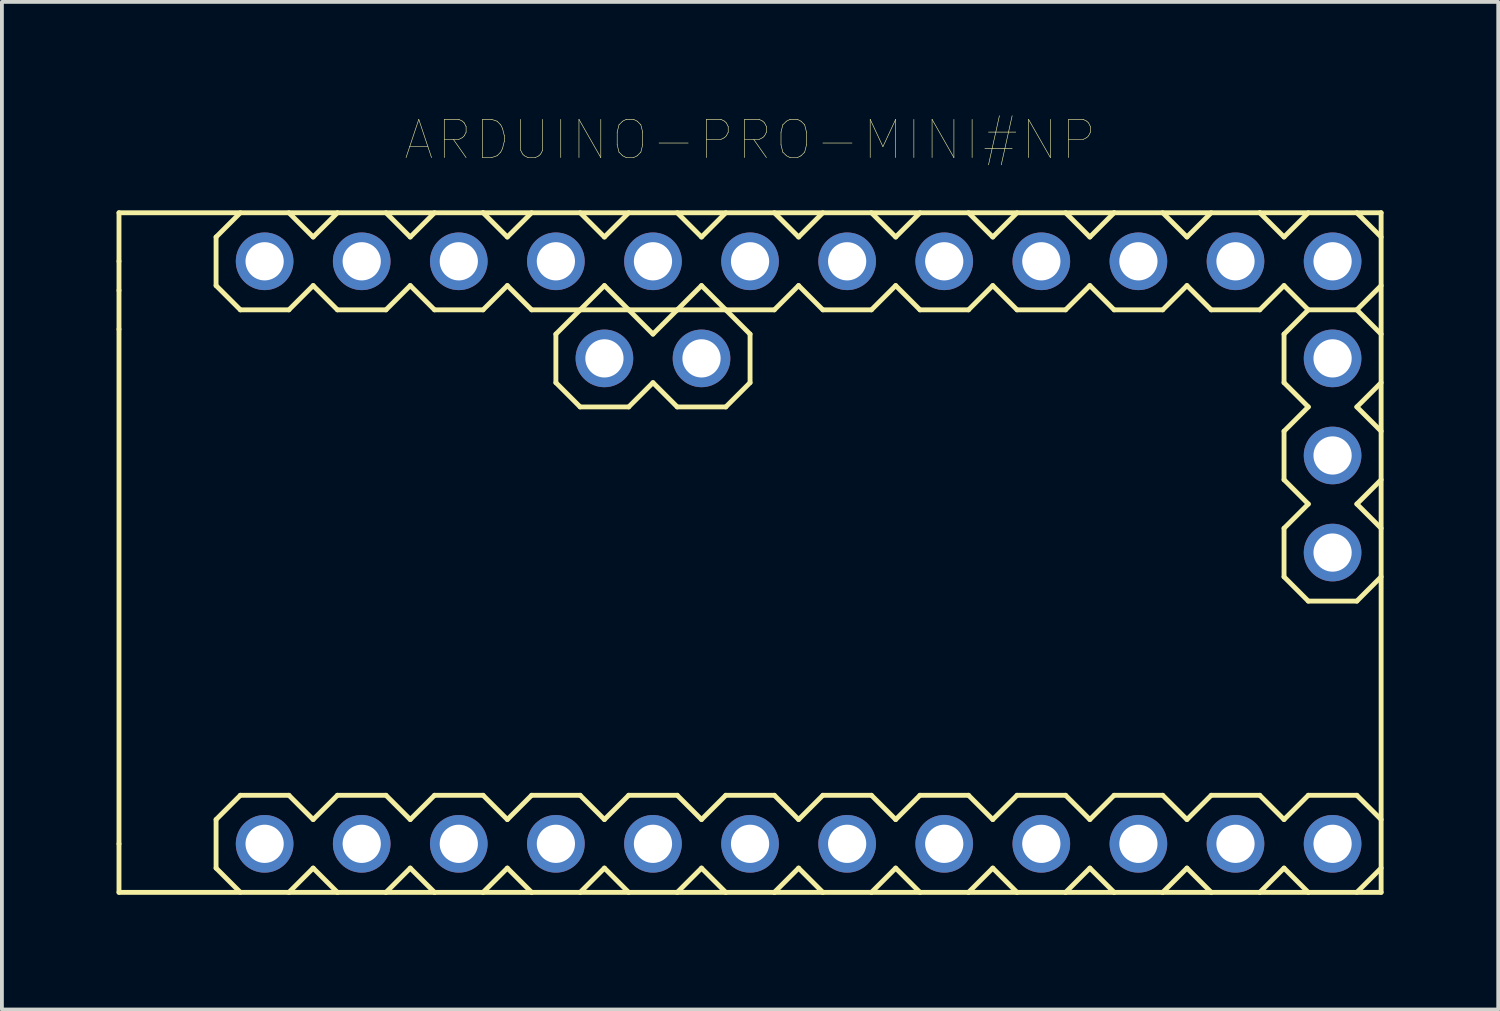
<source format=kicad_pcb>
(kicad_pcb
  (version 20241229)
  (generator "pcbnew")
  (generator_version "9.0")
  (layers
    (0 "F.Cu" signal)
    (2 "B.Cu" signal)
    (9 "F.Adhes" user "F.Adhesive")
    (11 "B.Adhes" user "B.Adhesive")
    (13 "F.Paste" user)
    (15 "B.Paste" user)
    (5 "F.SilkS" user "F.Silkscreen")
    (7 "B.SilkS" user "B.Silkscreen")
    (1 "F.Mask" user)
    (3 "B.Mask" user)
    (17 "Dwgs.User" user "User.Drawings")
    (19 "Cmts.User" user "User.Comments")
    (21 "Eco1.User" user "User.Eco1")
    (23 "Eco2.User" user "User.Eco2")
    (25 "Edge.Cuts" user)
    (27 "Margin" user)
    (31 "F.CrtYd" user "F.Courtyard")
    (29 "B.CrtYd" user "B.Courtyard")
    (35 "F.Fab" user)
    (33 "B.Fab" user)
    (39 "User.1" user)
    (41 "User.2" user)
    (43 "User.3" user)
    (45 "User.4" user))
  (footprint "ARDUINO-PRO-MINI#NP"
    (layer "F.Cu")
    (at 16.573 11.406)
    (property "Reference" "ARDUINO-PRO-MINI#NP" (at 0 -10.795 0) (layer "F.SilkS") (effects (font (size 1 1) (thickness 0.015))))
    (attr through_hole)
    (fp_line (start -16.51 -8.89) (end -16.51 -7.62) (stroke (width 0.127) (type solid)) (layer "F.SilkS"))
    (fp_line (start -16.51 -7.62) (end -16.51 -6.858) (stroke (width 0.127) (type solid)) (layer "F.SilkS"))
    (fp_line (start -16.51 -6.858) (end -16.51 -5.842) (stroke (width 0.127) (type solid)) (layer "F.SilkS"))
    (fp_line (start -16.51 -5.842) (end -16.51 7.62) (stroke (width 0.127) (type solid)) (layer "F.SilkS"))
    (fp_line (start -16.51 7.62) (end -16.51 8.89) (stroke (width 0.127) (type solid)) (layer "F.SilkS"))
    (fp_line (start -16.51 8.89) (end -12.065 8.89) (stroke (width 0.127) (type solid)) (layer "F.SilkS"))
    (fp_line (start -13.97 -8.255) (end -13.97 -6.985) (stroke (width 0.127) (type solid)) (layer "F.SilkS"))
    (fp_line (start -13.97 -6.985) (end -13.335 -6.35) (stroke (width 0.127) (type solid)) (layer "F.SilkS"))
    (fp_line (start -13.97 6.985) (end -13.97 8.255) (stroke (width 0.127) (type solid)) (layer "F.SilkS"))
    (fp_line (start -13.335 -8.89) (end -13.97 -8.255) (stroke (width 0.127) (type solid)) (layer "F.SilkS"))
    (fp_line (start -13.335 -6.35) (end -12.065 -6.35) (stroke (width 0.127) (type solid)) (layer "F.SilkS"))
    (fp_line (start -13.335 6.35) (end -13.97 6.985) (stroke (width 0.127) (type solid)) (layer "F.SilkS"))
    (fp_line (start -13.335 6.35) (end -12.065 6.35) (stroke (width 0.127) (type solid)) (layer "F.SilkS"))
    (fp_line (start -13.335 8.89) (end -13.97 8.255) (stroke (width 0.127) (type solid)) (layer "F.SilkS"))
    (fp_line (start -12.065 -6.35) (end -11.43 -6.985) (stroke (width 0.127) (type solid)) (layer "F.SilkS"))
    (fp_line (start -12.065 6.35) (end -11.43 6.985) (stroke (width 0.127) (type solid)) (layer "F.SilkS"))
    (fp_line (start -12.065 8.89) (end -11.43 8.255) (stroke (width 0.127) (type solid)) (layer "F.SilkS"))
    (fp_line (start -12.065 8.89) (end -10.795 8.89) (stroke (width 0.127) (type solid)) (layer "F.SilkS"))
    (fp_line (start -11.43 -8.255) (end -12.065 -8.89) (stroke (width 0.127) (type solid)) (layer "F.SilkS"))
    (fp_line (start -11.43 -6.985) (end -10.795 -6.35) (stroke (width 0.127) (type solid)) (layer "F.SilkS"))
    (fp_line (start -11.43 6.985) (end -10.795 6.35) (stroke (width 0.127) (type solid)) (layer "F.SilkS"))
    (fp_line (start -11.43 8.255) (end -10.795 8.89) (stroke (width 0.127) (type solid)) (layer "F.SilkS"))
    (fp_line (start -10.795 -8.89) (end -11.43 -8.255) (stroke (width 0.127) (type solid)) (layer "F.SilkS"))
    (fp_line (start -10.795 -6.35) (end -9.525 -6.35) (stroke (width 0.127) (type solid)) (layer "F.SilkS"))
    (fp_line (start -10.795 6.35) (end -9.525 6.35) (stroke (width 0.127) (type solid)) (layer "F.SilkS"))
    (fp_line (start -10.795 8.89) (end -9.525 8.89) (stroke (width 0.127) (type solid)) (layer "F.SilkS"))
    (fp_line (start -9.525 -6.35) (end -8.89 -6.985) (stroke (width 0.127) (type solid)) (layer "F.SilkS"))
    (fp_line (start -9.525 6.35) (end -8.89 6.985) (stroke (width 0.127) (type solid)) (layer "F.SilkS"))
    (fp_line (start -9.525 8.89) (end -8.89 8.255) (stroke (width 0.127) (type solid)) (layer "F.SilkS"))
    (fp_line (start -9.525 8.89) (end -8.255 8.89) (stroke (width 0.127) (type solid)) (layer "F.SilkS"))
    (fp_line (start -8.89 -8.255) (end -9.525 -8.89) (stroke (width 0.127) (type solid)) (layer "F.SilkS"))
    (fp_line (start -8.89 -6.985) (end -8.255 -6.35) (stroke (width 0.127) (type solid)) (layer "F.SilkS"))
    (fp_line (start -8.89 6.985) (end -8.255 6.35) (stroke (width 0.127) (type solid)) (layer "F.SilkS"))
    (fp_line (start -8.89 8.255) (end -8.255 8.89) (stroke (width 0.127) (type solid)) (layer "F.SilkS"))
    (fp_line (start -8.255 -8.89) (end -8.89 -8.255) (stroke (width 0.127) (type solid)) (layer "F.SilkS"))
    (fp_line (start -8.255 -6.35) (end -6.985 -6.35) (stroke (width 0.127) (type solid)) (layer "F.SilkS"))
    (fp_line (start -8.255 6.35) (end -6.985 6.35) (stroke (width 0.127) (type solid)) (layer "F.SilkS"))
    (fp_line (start -8.255 8.89) (end -6.985 8.89) (stroke (width 0.127) (type solid)) (layer "F.SilkS"))
    (fp_line (start -6.985 -8.89) (end -16.51 -8.89) (stroke (width 0.127) (type solid)) (layer "F.SilkS"))
    (fp_line (start -6.985 -6.35) (end -6.35 -6.985) (stroke (width 0.127) (type solid)) (layer "F.SilkS"))
    (fp_line (start -6.985 6.35) (end -6.35 6.985) (stroke (width 0.127) (type solid)) (layer "F.SilkS"))
    (fp_line (start -6.985 8.89) (end -6.35 8.255) (stroke (width 0.127) (type solid)) (layer "F.SilkS"))
    (fp_line (start -6.985 8.89) (end -5.715 8.89) (stroke (width 0.127) (type solid)) (layer "F.SilkS"))
    (fp_line (start -6.35 -8.255) (end -6.985 -8.89) (stroke (width 0.127) (type solid)) (layer "F.SilkS"))
    (fp_line (start -6.35 -6.985) (end -5.715 -6.35) (stroke (width 0.127) (type solid)) (layer "F.SilkS"))
    (fp_line (start -6.35 6.985) (end -5.715 6.35) (stroke (width 0.127) (type solid)) (layer "F.SilkS"))
    (fp_line (start -6.35 8.255) (end -5.715 8.89) (stroke (width 0.127) (type solid)) (layer "F.SilkS"))
    (fp_line (start -5.715 -8.89) (end -6.35 -8.255) (stroke (width 0.127) (type solid)) (layer "F.SilkS"))
    (fp_line (start -5.715 -6.35) (end -4.445 -6.35) (stroke (width 0.127) (type solid)) (layer "F.SilkS"))
    (fp_line (start -5.715 6.35) (end -4.445 6.35) (stroke (width 0.127) (type solid)) (layer "F.SilkS"))
    (fp_line (start -5.715 8.89) (end -4.445 8.89) (stroke (width 0.127) (type solid)) (layer "F.SilkS"))
    (fp_line (start -5.08 -5.715) (end -4.445 -6.35) (stroke (width 0.127) (type solid)) (layer "F.SilkS"))
    (fp_line (start -5.08 -4.445) (end -5.08 -5.715) (stroke (width 0.127) (type solid)) (layer "F.SilkS"))
    (fp_line (start -4.445 -6.35) (end -3.81 -6.985) (stroke (width 0.127) (type solid)) (layer "F.SilkS"))
    (fp_line (start -4.445 -6.35) (end -3.175 -6.35) (stroke (width 0.127) (type solid)) (layer "F.SilkS"))
    (fp_line (start -4.445 -3.81) (end -5.08 -4.445) (stroke (width 0.127) (type solid)) (layer "F.SilkS"))
    (fp_line (start -4.445 6.35) (end -3.81 6.985) (stroke (width 0.127) (type solid)) (layer "F.SilkS"))
    (fp_line (start -4.445 8.89) (end -3.81 8.255) (stroke (width 0.127) (type solid)) (layer "F.SilkS"))
    (fp_line (start -4.445 8.89) (end -3.175 8.89) (stroke (width 0.127) (type solid)) (layer "F.SilkS"))
    (fp_line (start -3.81 -8.255) (end -4.445 -8.89) (stroke (width 0.127) (type solid)) (layer "F.SilkS"))
    (fp_line (start -3.81 -6.985) (end -3.175 -6.35) (stroke (width 0.127) (type solid)) (layer "F.SilkS"))
    (fp_line (start -3.81 6.985) (end -3.175 6.35) (stroke (width 0.127) (type solid)) (layer "F.SilkS"))
    (fp_line (start -3.81 8.255) (end -3.175 8.89) (stroke (width 0.127) (type solid)) (layer "F.SilkS"))
    (fp_line (start -3.175 -8.89) (end -3.81 -8.255) (stroke (width 0.127) (type solid)) (layer "F.SilkS"))
    (fp_line (start -3.175 -6.35) (end -2.54 -5.715) (stroke (width 0.127) (type solid)) (layer "F.SilkS"))
    (fp_line (start -3.175 -6.35) (end -1.905 -6.35) (stroke (width 0.127) (type solid)) (layer "F.SilkS"))
    (fp_line (start -3.175 -3.81) (end -4.445 -3.81) (stroke (width 0.127) (type solid)) (layer "F.SilkS"))
    (fp_line (start -3.175 6.35) (end -1.905 6.35) (stroke (width 0.127) (type solid)) (layer "F.SilkS"))
    (fp_line (start -3.175 8.89) (end -1.905 8.89) (stroke (width 0.127) (type solid)) (layer "F.SilkS"))
    (fp_line (start -2.54 -5.715) (end -1.905 -6.35) (stroke (width 0.127) (type solid)) (layer "F.SilkS"))
    (fp_line (start -2.54 -4.445) (end -3.175 -3.81) (stroke (width 0.127) (type solid)) (layer "F.SilkS"))
    (fp_line (start -1.905 -6.35) (end -1.27 -6.985) (stroke (width 0.127) (type solid)) (layer "F.SilkS"))
    (fp_line (start -1.905 -6.35) (end -0.635 -6.35) (stroke (width 0.127) (type solid)) (layer "F.SilkS"))
    (fp_line (start -1.905 -3.81) (end -2.54 -4.445) (stroke (width 0.127) (type solid)) (layer "F.SilkS"))
    (fp_line (start -1.905 6.35) (end -1.27 6.985) (stroke (width 0.127) (type solid)) (layer "F.SilkS"))
    (fp_line (start -1.905 8.89) (end -1.27 8.255) (stroke (width 0.127) (type solid)) (layer "F.SilkS"))
    (fp_line (start -1.905 8.89) (end -0.635 8.89) (stroke (width 0.127) (type solid)) (layer "F.SilkS"))
    (fp_line (start -1.27 -8.255) (end -1.905 -8.89) (stroke (width 0.127) (type solid)) (layer "F.SilkS"))
    (fp_line (start -1.27 -6.985) (end -0.635 -6.35) (stroke (width 0.127) (type solid)) (layer "F.SilkS"))
    (fp_line (start -1.27 6.985) (end -0.635 6.35) (stroke (width 0.127) (type solid)) (layer "F.SilkS"))
    (fp_line (start -1.27 8.255) (end -0.635 8.89) (stroke (width 0.127) (type solid)) (layer "F.SilkS"))
    (fp_line (start -0.635 -8.89) (end -1.27 -8.255) (stroke (width 0.127) (type solid)) (layer "F.SilkS"))
    (fp_line (start -0.635 -6.35) (end 0 -5.715) (stroke (width 0.127) (type solid)) (layer "F.SilkS"))
    (fp_line (start -0.635 -6.35) (end 0.635 -6.35) (stroke (width 0.127) (type solid)) (layer "F.SilkS"))
    (fp_line (start -0.635 -3.81) (end -1.905 -3.81) (stroke (width 0.127) (type solid)) (layer "F.SilkS"))
    (fp_line (start -0.635 6.35) (end 0.635 6.35) (stroke (width 0.127) (type solid)) (layer "F.SilkS"))
    (fp_line (start -0.635 8.89) (end 0.635 8.89) (stroke (width 0.127) (type solid)) (layer "F.SilkS"))
    (fp_line (start 0 -5.715) (end 0 -4.445) (stroke (width 0.127) (type solid)) (layer "F.SilkS"))
    (fp_line (start 0 -4.445) (end -0.635 -3.81) (stroke (width 0.127) (type solid)) (layer "F.SilkS"))
    (fp_line (start 0.635 -6.35) (end 1.27 -6.985) (stroke (width 0.127) (type solid)) (layer "F.SilkS"))
    (fp_line (start 0.635 6.35) (end 1.27 6.985) (stroke (width 0.127) (type solid)) (layer "F.SilkS"))
    (fp_line (start 0.635 8.89) (end 1.27 8.255) (stroke (width 0.127) (type solid)) (layer "F.SilkS"))
    (fp_line (start 0.635 8.89) (end 1.905 8.89) (stroke (width 0.127) (type solid)) (layer "F.SilkS"))
    (fp_line (start 1.27 -8.255) (end 0.635 -8.89) (stroke (width 0.127) (type solid)) (layer "F.SilkS"))
    (fp_line (start 1.27 -6.985) (end 1.905 -6.35) (stroke (width 0.127) (type solid)) (layer "F.SilkS"))
    (fp_line (start 1.27 6.985) (end 1.905 6.35) (stroke (width 0.127) (type solid)) (layer "F.SilkS"))
    (fp_line (start 1.27 8.255) (end 1.905 8.89) (stroke (width 0.127) (type solid)) (layer "F.SilkS"))
    (fp_line (start 1.905 -8.89) (end 1.27 -8.255) (stroke (width 0.127) (type solid)) (layer "F.SilkS"))
    (fp_line (start 1.905 -6.35) (end 3.175 -6.35) (stroke (width 0.127) (type solid)) (layer "F.SilkS"))
    (fp_line (start 1.905 6.35) (end 3.175 6.35) (stroke (width 0.127) (type solid)) (layer "F.SilkS"))
    (fp_line (start 1.905 8.89) (end 3.175 8.89) (stroke (width 0.127) (type solid)) (layer "F.SilkS"))
    (fp_line (start 3.175 -6.35) (end 3.81 -6.985) (stroke (width 0.127) (type solid)) (layer "F.SilkS"))
    (fp_line (start 3.175 6.35) (end 3.81 6.985) (stroke (width 0.127) (type solid)) (layer "F.SilkS"))
    (fp_line (start 3.175 8.89) (end 3.81 8.255) (stroke (width 0.127) (type solid)) (layer "F.SilkS"))
    (fp_line (start 3.175 8.89) (end 4.445 8.89) (stroke (width 0.127) (type solid)) (layer "F.SilkS"))
    (fp_line (start 3.81 -8.255) (end 3.175 -8.89) (stroke (width 0.127) (type solid)) (layer "F.SilkS"))
    (fp_line (start 3.81 -6.985) (end 4.445 -6.35) (stroke (width 0.127) (type solid)) (layer "F.SilkS"))
    (fp_line (start 3.81 6.985) (end 4.445 6.35) (stroke (width 0.127) (type solid)) (layer "F.SilkS"))
    (fp_line (start 3.81 8.255) (end 4.445 8.89) (stroke (width 0.127) (type solid)) (layer "F.SilkS"))
    (fp_line (start 4.445 -8.89) (end 3.81 -8.255) (stroke (width 0.127) (type solid)) (layer "F.SilkS"))
    (fp_line (start 4.445 -6.35) (end 5.715 -6.35) (stroke (width 0.127) (type solid)) (layer "F.SilkS"))
    (fp_line (start 4.445 6.35) (end 5.715 6.35) (stroke (width 0.127) (type solid)) (layer "F.SilkS"))
    (fp_line (start 4.445 8.89) (end 5.715 8.89) (stroke (width 0.127) (type solid)) (layer "F.SilkS"))
    (fp_line (start 5.715 -6.35) (end 6.35 -6.985) (stroke (width 0.127) (type solid)) (layer "F.SilkS"))
    (fp_line (start 5.715 6.35) (end 6.35 6.985) (stroke (width 0.127) (type solid)) (layer "F.SilkS"))
    (fp_line (start 5.715 8.89) (end 6.35 8.255) (stroke (width 0.127) (type solid)) (layer "F.SilkS"))
    (fp_line (start 5.715 8.89) (end 6.985 8.89) (stroke (width 0.127) (type solid)) (layer "F.SilkS"))
    (fp_line (start 6.35 -8.255) (end 5.715 -8.89) (stroke (width 0.127) (type solid)) (layer "F.SilkS"))
    (fp_line (start 6.35 -6.985) (end 6.985 -6.35) (stroke (width 0.127) (type solid)) (layer "F.SilkS"))
    (fp_line (start 6.35 6.985) (end 6.985 6.35) (stroke (width 0.127) (type solid)) (layer "F.SilkS"))
    (fp_line (start 6.35 8.255) (end 6.985 8.89) (stroke (width 0.127) (type solid)) (layer "F.SilkS"))
    (fp_line (start 6.985 -8.89) (end 6.35 -8.255) (stroke (width 0.127) (type solid)) (layer "F.SilkS"))
    (fp_line (start 6.985 -6.35) (end 8.255 -6.35) (stroke (width 0.127) (type solid)) (layer "F.SilkS"))
    (fp_line (start 6.985 6.35) (end 8.255 6.35) (stroke (width 0.127) (type solid)) (layer "F.SilkS"))
    (fp_line (start 6.985 8.89) (end 8.255 8.89) (stroke (width 0.127) (type solid)) (layer "F.SilkS"))
    (fp_line (start 8.255 -6.35) (end 8.89 -6.985) (stroke (width 0.127) (type solid)) (layer "F.SilkS"))
    (fp_line (start 8.255 6.35) (end 8.89 6.985) (stroke (width 0.127) (type solid)) (layer "F.SilkS"))
    (fp_line (start 8.255 8.89) (end 8.89 8.255) (stroke (width 0.127) (type solid)) (layer "F.SilkS"))
    (fp_line (start 8.255 8.89) (end 9.525 8.89) (stroke (width 0.127) (type solid)) (layer "F.SilkS"))
    (fp_line (start 8.89 -8.255) (end 8.255 -8.89) (stroke (width 0.127) (type solid)) (layer "F.SilkS"))
    (fp_line (start 8.89 -8.255) (end 9.525 -8.89) (stroke (width 0.127) (type solid)) (layer "F.SilkS"))
    (fp_line (start 8.89 -6.985) (end 9.525 -6.35) (stroke (width 0.127) (type solid)) (layer "F.SilkS"))
    (fp_line (start 8.89 6.985) (end 9.525 6.35) (stroke (width 0.127) (type solid)) (layer "F.SilkS"))
    (fp_line (start 8.89 8.255) (end 9.525 8.89) (stroke (width 0.127) (type solid)) (layer "F.SilkS"))
    (fp_line (start 9.525 -8.89) (end -6.985 -8.89) (stroke (width 0.127) (type solid)) (layer "F.SilkS"))
    (fp_line (start 9.525 -6.35) (end 10.795 -6.35) (stroke (width 0.127) (type solid)) (layer "F.SilkS"))
    (fp_line (start 9.525 6.35) (end 10.795 6.35) (stroke (width 0.127) (type solid)) (layer "F.SilkS"))
    (fp_line (start 9.525 8.89) (end 10.795 8.89) (stroke (width 0.127) (type solid)) (layer "F.SilkS"))
    (fp_line (start 10.795 -6.35) (end 11.43 -6.985) (stroke (width 0.127) (type solid)) (layer "F.SilkS"))
    (fp_line (start 10.795 6.35) (end 11.43 6.985) (stroke (width 0.127) (type solid)) (layer "F.SilkS"))
    (fp_line (start 10.795 8.89) (end 11.43 8.255) (stroke (width 0.127) (type solid)) (layer "F.SilkS"))
    (fp_line (start 10.795 8.89) (end 12.065 8.89) (stroke (width 0.127) (type solid)) (layer "F.SilkS"))
    (fp_line (start 11.43 -8.255) (end 10.795 -8.89) (stroke (width 0.127) (type solid)) (layer "F.SilkS"))
    (fp_line (start 11.43 -6.985) (end 12.065 -6.35) (stroke (width 0.127) (type solid)) (layer "F.SilkS"))
    (fp_line (start 11.43 6.985) (end 12.065 6.35) (stroke (width 0.127) (type solid)) (layer "F.SilkS"))
    (fp_line (start 11.43 8.255) (end 12.065 8.89) (stroke (width 0.127) (type solid)) (layer "F.SilkS"))
    (fp_line (start 12.065 -8.89) (end 11.43 -8.255) (stroke (width 0.127) (type solid)) (layer "F.SilkS"))
    (fp_line (start 12.065 -6.35) (end 13.335 -6.35) (stroke (width 0.127) (type solid)) (layer "F.SilkS"))
    (fp_line (start 12.065 6.35) (end 13.335 6.35) (stroke (width 0.127) (type solid)) (layer "F.SilkS"))
    (fp_line (start 12.065 8.89) (end 13.335 8.89) (stroke (width 0.127) (type solid)) (layer "F.SilkS"))
    (fp_line (start 13.335 -8.89) (end 9.525 -8.89) (stroke (width 0.127) (type solid)) (layer "F.SilkS"))
    (fp_line (start 13.335 -6.35) (end 13.97 -6.985) (stroke (width 0.127) (type solid)) (layer "F.SilkS"))
    (fp_line (start 13.335 6.35) (end 13.97 6.985) (stroke (width 0.127) (type solid)) (layer "F.SilkS"))
    (fp_line (start 13.335 8.89) (end 14.605 8.89) (stroke (width 0.127) (type solid)) (layer "F.SilkS"))
    (fp_line (start 13.97 -8.255) (end 13.335 -8.89) (stroke (width 0.127) (type solid)) (layer "F.SilkS"))
    (fp_line (start 13.97 -6.985) (end 14.605 -6.35) (stroke (width 0.127) (type solid)) (layer "F.SilkS"))
    (fp_line (start 13.97 -5.715) (end 14.605 -6.35) (stroke (width 0.127) (type solid)) (layer "F.SilkS"))
    (fp_line (start 13.97 -4.445) (end 13.97 -5.715) (stroke (width 0.127) (type solid)) (layer "F.SilkS"))
    (fp_line (start 13.97 -3.175) (end 14.605 -3.81) (stroke (width 0.127) (type solid)) (layer "F.SilkS"))
    (fp_line (start 13.97 -1.905) (end 13.97 -3.175) (stroke (width 0.127) (type solid)) (layer "F.SilkS"))
    (fp_line (start 13.97 -0.635) (end 14.605 -1.27) (stroke (width 0.127) (type solid)) (layer "F.SilkS"))
    (fp_line (start 13.97 0.635) (end 13.97 -0.635) (stroke (width 0.127) (type solid)) (layer "F.SilkS"))
    (fp_line (start 13.97 6.985) (end 14.605 6.35) (stroke (width 0.127) (type solid)) (layer "F.SilkS"))
    (fp_line (start 13.97 8.255) (end 13.335 8.89) (stroke (width 0.127) (type solid)) (layer "F.SilkS"))
    (fp_line (start 14.605 -8.89) (end 13.97 -8.255) (stroke (width 0.127) (type solid)) (layer "F.SilkS"))
    (fp_line (start 14.605 -6.35) (end 15.875 -6.35) (stroke (width 0.127) (type solid)) (layer "F.SilkS"))
    (fp_line (start 14.605 -3.81) (end 13.97 -4.445) (stroke (width 0.127) (type solid)) (layer "F.SilkS"))
    (fp_line (start 14.605 -1.27) (end 13.97 -1.905) (stroke (width 0.127) (type solid)) (layer "F.SilkS"))
    (fp_line (start 14.605 1.27) (end 13.97 0.635) (stroke (width 0.127) (type solid)) (layer "F.SilkS"))
    (fp_line (start 14.605 6.35) (end 15.875 6.35) (stroke (width 0.127) (type solid)) (layer "F.SilkS"))
    (fp_line (start 14.605 8.89) (end 13.97 8.255) (stroke (width 0.127) (type solid)) (layer "F.SilkS"))
    (fp_line (start 14.605 8.89) (end 16.51 8.89) (stroke (width 0.127) (type solid)) (layer "F.SilkS"))
    (fp_line (start 15.875 -6.35) (end 16.51 -6.985) (stroke (width 0.127) (type solid)) (layer "F.SilkS"))
    (fp_line (start 15.875 -6.35) (end 16.51 -5.715) (stroke (width 0.127) (type solid)) (layer "F.SilkS"))
    (fp_line (start 15.875 -3.81) (end 16.51 -3.175) (stroke (width 0.127) (type solid)) (layer "F.SilkS"))
    (fp_line (start 15.875 -1.27) (end 16.51 -0.635) (stroke (width 0.127) (type solid)) (layer "F.SilkS"))
    (fp_line (start 15.875 1.27) (end 14.605 1.27) (stroke (width 0.127) (type solid)) (layer "F.SilkS"))
    (fp_line (start 15.875 8.89) (end 16.51 8.255) (stroke (width 0.127) (type solid)) (layer "F.SilkS"))
    (fp_line (start 16.51 -8.89) (end 13.335 -8.89) (stroke (width 0.127) (type solid)) (layer "F.SilkS"))
    (fp_line (start 16.51 -8.255) (end 15.875 -8.89) (stroke (width 0.127) (type solid)) (layer "F.SilkS"))
    (fp_line (start 16.51 -4.445) (end 15.875 -3.81) (stroke (width 0.127) (type solid)) (layer "F.SilkS"))
    (fp_line (start 16.51 -1.905) (end 15.875 -1.27) (stroke (width 0.127) (type solid)) (layer "F.SilkS"))
    (fp_line (start 16.51 0.635) (end 15.875 1.27) (stroke (width 0.127) (type solid)) (layer "F.SilkS"))
    (fp_line (start 16.51 6.985) (end 15.875 6.35) (stroke (width 0.127) (type solid)) (layer "F.SilkS"))
    (fp_line (start 16.51 8.89) (end 16.51 -8.89) (stroke (width 0.127) (type solid)) (layer "F.SilkS"))
    (pad "J2.1" thru_hole circle (at -1.27 -5.08) (size 1.508 1.508) (drill 1) (layers "*.Cu" "*.Mask"))
    (pad "J2.2" thru_hole circle (at -3.81 -5.08) (size 1.508 1.508) (drill 1) (layers "*.Cu" "*.Mask"))
    (pad "J3.1" thru_hole circle (at 15.24 0) (size 1.508 1.508) (drill 1) (layers "*.Cu" "*.Mask"))
    (pad "J3.2" thru_hole circle (at 15.24 -2.54) (size 1.508 1.508) (drill 1) (layers "*.Cu" "*.Mask"))
    (pad "J3.3" thru_hole circle (at 15.24 -5.08) (size 1.508 1.508) (drill 1) (layers "*.Cu" "*.Mask"))
    (pad "J6.1" thru_hole circle (at -12.7 -7.62) (size 1.508 1.508) (drill 1) (layers "*.Cu" "*.Mask"))
    (pad "J6.2" thru_hole circle (at -10.16 -7.62) (size 1.508 1.508) (drill 1) (layers "*.Cu" "*.Mask"))
    (pad "J6.3" thru_hole circle (at -7.62 -7.62) (size 1.508 1.508) (drill 1) (layers "*.Cu" "*.Mask"))
    (pad "J6.4" thru_hole circle (at -5.08 -7.62) (size 1.508 1.508) (drill 1) (layers "*.Cu" "*.Mask"))
    (pad "J6.5" thru_hole circle (at -2.54 -7.62) (size 1.508 1.508) (drill 1) (layers "*.Cu" "*.Mask"))
    (pad "J6.6" thru_hole circle (at 0 -7.62) (size 1.508 1.508) (drill 1) (layers "*.Cu" "*.Mask"))
    (pad "J6.7" thru_hole circle (at 2.54 -7.62) (size 1.508 1.508) (drill 1) (layers "*.Cu" "*.Mask"))
    (pad "J6.8" thru_hole circle (at 5.08 -7.62) (size 1.508 1.508) (drill 1) (layers "*.Cu" "*.Mask"))
    (pad "J6.9" thru_hole circle (at 7.62 -7.62) (size 1.508 1.508) (drill 1) (layers "*.Cu" "*.Mask"))
    (pad "J6.10" thru_hole circle (at 10.16 -7.62) (size 1.508 1.508) (drill 1) (layers "*.Cu" "*.Mask"))
    (pad "J6.11" thru_hole circle (at 12.7 -7.62) (size 1.508 1.508) (drill 1) (layers "*.Cu" "*.Mask"))
    (pad "J6.12" thru_hole circle (at 15.24 -7.62) (size 1.508 1.508) (drill 1) (layers "*.Cu" "*.Mask"))
    (pad "J7.1" thru_hole circle (at 15.24 7.62) (size 1.508 1.508) (drill 1) (layers "*.Cu" "*.Mask"))
    (pad "J7.2" thru_hole circle (at 12.7 7.62) (size 1.508 1.508) (drill 1) (layers "*.Cu" "*.Mask"))
    (pad "J7.3" thru_hole circle (at 10.16 7.62) (size 1.508 1.508) (drill 1) (layers "*.Cu" "*.Mask"))
    (pad "J7.4" thru_hole circle (at 7.62 7.62) (size 1.508 1.508) (drill 1) (layers "*.Cu" "*.Mask"))
    (pad "J7.5" thru_hole circle (at 5.08 7.62) (size 1.508 1.508) (drill 1) (layers "*.Cu" "*.Mask"))
    (pad "J7.6" thru_hole circle (at 2.54 7.62) (size 1.508 1.508) (drill 1) (layers "*.Cu" "*.Mask"))
    (pad "J7.7" thru_hole circle (at 0 7.62) (size 1.508 1.508) (drill 1) (layers "*.Cu" "*.Mask"))
    (pad "J7.8" thru_hole circle (at -2.54 7.62) (size 1.508 1.508) (drill 1) (layers "*.Cu" "*.Mask"))
    (pad "J7.9" thru_hole circle (at -5.08 7.62) (size 1.508 1.508) (drill 1) (layers "*.Cu" "*.Mask"))
    (pad "J7.10" thru_hole circle (at -7.62 7.62) (size 1.508 1.508) (drill 1) (layers "*.Cu" "*.Mask"))
    (pad "J7.11" thru_hole circle (at -10.16 7.62) (size 1.508 1.508) (drill 1) (layers "*.Cu" "*.Mask"))
    (pad "J7.12" thru_hole circle (at -12.7 7.62) (size 1.508 1.508) (drill 1) (layers "*.Cu" "*.Mask")))
  (gr_rect
    (start -3 -3)
    (end 36.147 23.36)
    (stroke (width 0.1) (type default))
    (fill no)
    (layer "Edge.Cuts")))
</source>
